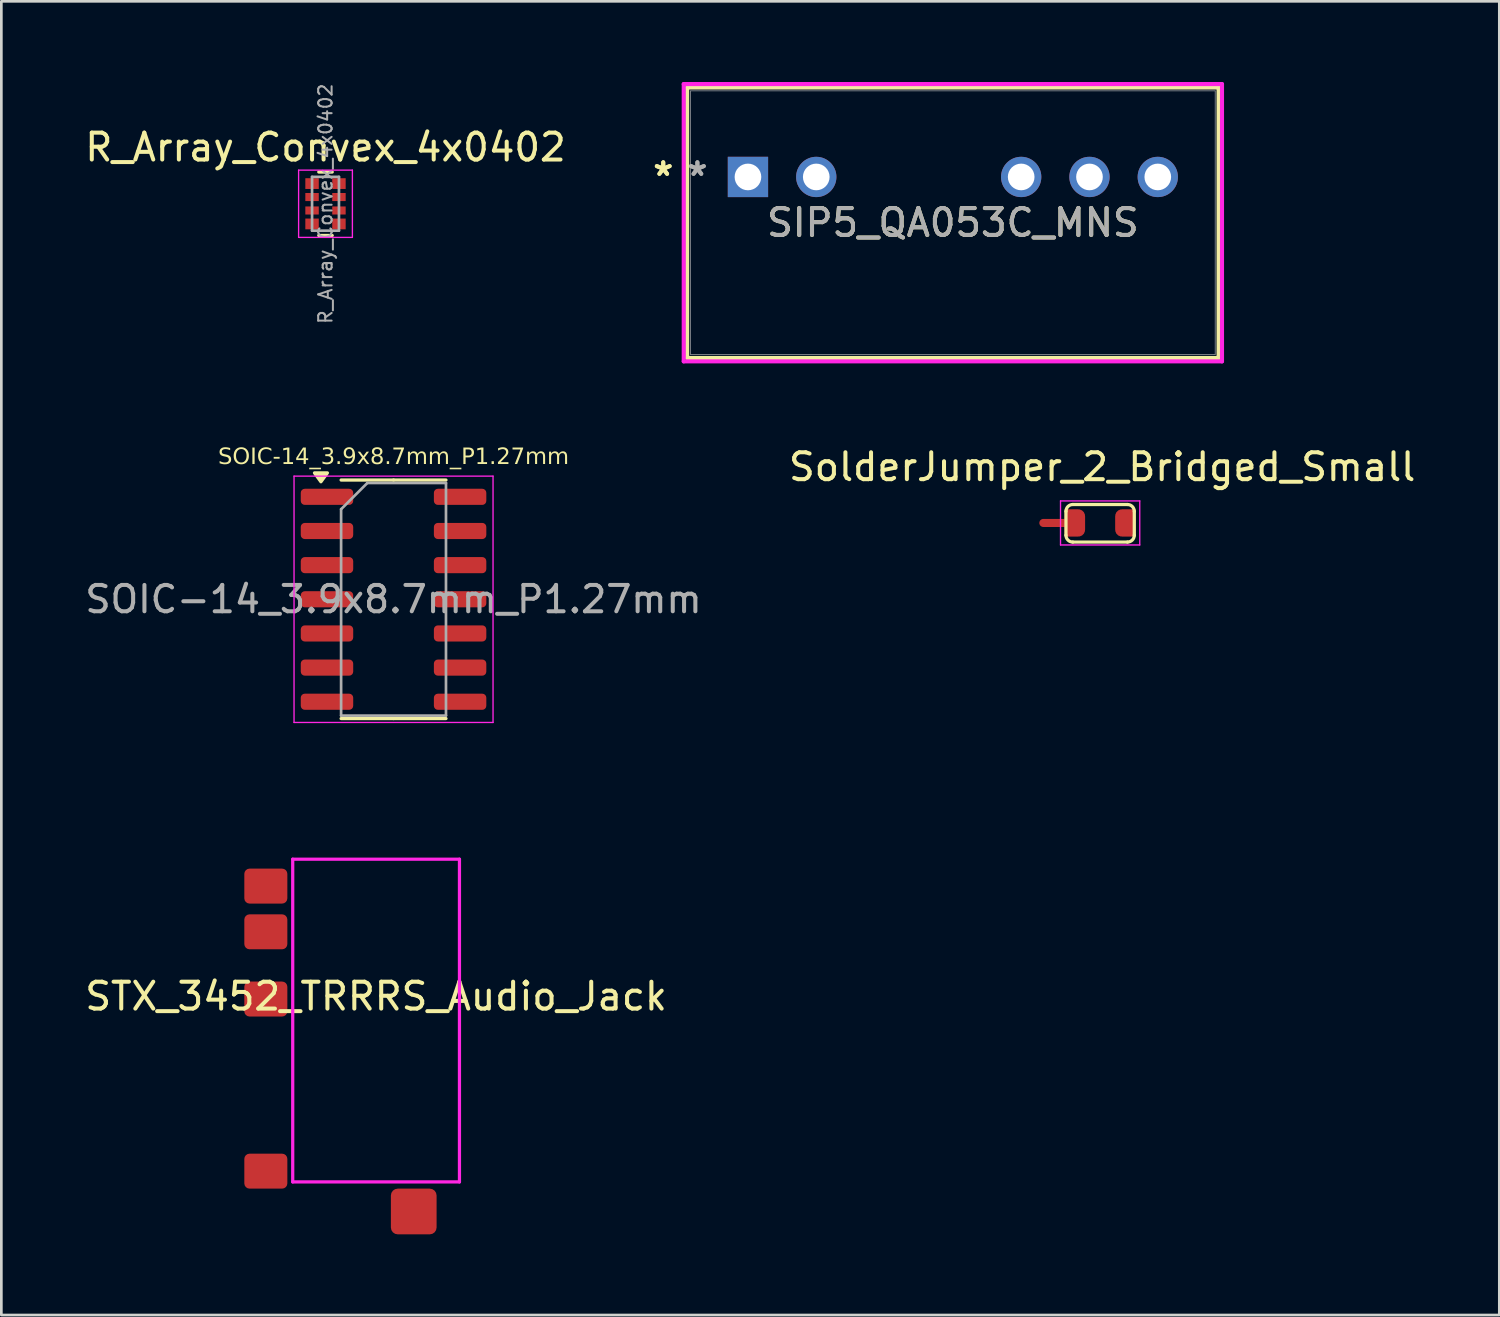
<source format=kicad_pcb>
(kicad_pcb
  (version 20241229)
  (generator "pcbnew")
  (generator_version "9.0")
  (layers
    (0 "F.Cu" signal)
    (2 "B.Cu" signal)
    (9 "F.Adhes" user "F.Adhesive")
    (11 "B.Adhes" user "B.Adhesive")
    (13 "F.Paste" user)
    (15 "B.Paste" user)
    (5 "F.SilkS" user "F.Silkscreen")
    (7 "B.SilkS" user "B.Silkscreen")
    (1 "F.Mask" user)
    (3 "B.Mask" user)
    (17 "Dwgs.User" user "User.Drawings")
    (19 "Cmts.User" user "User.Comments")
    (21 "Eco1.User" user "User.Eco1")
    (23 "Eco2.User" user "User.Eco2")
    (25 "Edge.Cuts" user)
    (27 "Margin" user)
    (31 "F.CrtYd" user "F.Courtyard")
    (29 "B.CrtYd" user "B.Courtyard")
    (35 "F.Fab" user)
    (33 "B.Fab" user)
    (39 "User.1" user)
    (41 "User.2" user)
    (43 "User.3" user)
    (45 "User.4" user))
  (footprint "STX_3452_TRRRS_Audio_Jack"
    (layer "F.Cu")
    (at 10.935 28.9)
    (property "Reference" "STX_3452_TRRRS_Audio_Jack" (at 0 5.1 0) (unlocked yes) (layer "F.SilkS") (effects (font (size 1 1) (thickness 0.15))))
    (attr smd)
    (fp_line (start -3.1 0) (end 3.1 0) (stroke (width 0.12) (type default)) (layer "F.CrtYd"))
    (fp_line (start -3.1 12) (end -3.1 0) (stroke (width 0.12) (type default)) (layer "F.CrtYd"))
    (fp_line (start 3.1 0) (end 3.1 12) (stroke (width 0.12) (type default)) (layer "F.CrtYd"))
    (fp_line (start 3.1 12) (end -3.1 12) (stroke (width 0.12) (type default)) (layer "F.CrtYd"))
    (fp_line (start -3.1 0) (end 3.1 0) (stroke (width 0.12) (type default)) (layer "User.6"))
    (fp_line (start -3.1 12) (end -3.1 0) (stroke (width 0.12) (type default)) (layer "User.6"))
    (fp_line (start -2.9 0) (end -2.9 -1.6) (stroke (width 0.12) (type default)) (layer "User.6"))
    (fp_line (start -2.5 -2) (end 2.5 -2) (stroke (width 0.12) (type default)) (layer "User.6"))
    (fp_line (start 2.9 -1.6) (end 2.9 0) (stroke (width 0.12) (type default)) (layer "User.6"))
    (fp_line (start 3.1 0) (end 3.1 12) (stroke (width 0.12) (type default)) (layer "User.6"))
    (fp_line (start 3.1 12) (end -3.1 12) (stroke (width 0.12) (type default)) (layer "User.6"))
    (fp_arc (start -2.9 -1.6) (mid -2.782843 -1.882843) (end -2.5 -2) (stroke (width 0.12) (type default)) (layer "User.6"))
    (fp_arc (start 2.5 -2) (mid 2.782843 -1.882843) (end 2.9 -1.6) (stroke (width 0.12) (type default)) (layer "User.6"))
    (fp_text user "This needs to be" (at -2.6 -1 0) (unlocked yes) (layer "User.6") (effects (font (size 0.4 0.4) (thickness 0.1) (bold yes)) (justify left bottom)))
    (fp_text user "over the edge" (at -2.2 -0.3 0) (unlocked yes) (layer "User.6") (effects (font (size 0.4 0.4) (thickness 0.1) (bold yes)) (justify left bottom)))
    (pad "1" smd roundrect (at -4.1 1) (size 1.6 1.3) (layers "F.Cu" "F.Mask" "F.Paste") (roundrect_rratio 0.15))
    (pad "2" smd roundrect (at -4.1 11.6) (size 1.6 1.3) (layers "F.Cu" "F.Mask" "F.Paste") (roundrect_rratio 0.15))
    (pad "3" smd roundrect (at 1.4 13.1) (size 1.7 1.7) (layers "F.Cu" "F.Mask" "F.Paste") (roundrect_rratio 0.15))
    (pad "4" smd roundrect (at -4.1 5.2) (size 1.6 1.3) (layers "F.Cu" "F.Mask" "F.Paste") (roundrect_rratio 0.15))
    (pad "5" smd roundrect (at -4.1 2.7) (size 1.6 1.3) (layers "F.Cu" "F.Mask" "F.Paste") (roundrect_rratio 0.15)))
  (footprint "SOIC-14_3.9x8.7mm_P1.27mm"
    (layer "F.Cu")
    (at 11.584 19.235)
    (property "Reference" "SOIC-14_3.9x8.7mm_P1.27mm" (at 0 -5.28 180) (layer "F.SilkS") (effects (font (face "Eurostile Next LT Com Light Ext") (size 0.6 0.6) (thickness 0.15))))
    (attr smd)
    (fp_line (start 0 -4.435) (end -1.95 -4.435) (stroke (width 0.12) (type solid)) (layer "F.SilkS"))
    (fp_line (start 0 -4.435) (end 1.95 -4.435) (stroke (width 0.12) (type solid)) (layer "F.SilkS"))
    (fp_line (start 0 4.435) (end -1.95 4.435) (stroke (width 0.12) (type solid)) (layer "F.SilkS"))
    (fp_line (start 0 4.435) (end 1.95 4.435) (stroke (width 0.12) (type solid)) (layer "F.SilkS"))
    (fp_poly (pts (xy -2.7 -4.37) (xy -2.94 -4.7) (xy -2.46 -4.7) (xy -2.7 -4.37)) (stroke (width 0.12) (type solid)) (fill yes) (layer "F.SilkS"))
    (fp_line (start -3.7 -4.58) (end -3.7 4.58) (stroke (width 0.05) (type solid)) (layer "F.CrtYd"))
    (fp_line (start -3.7 4.58) (end 3.7 4.58) (stroke (width 0.05) (type solid)) (layer "F.CrtYd"))
    (fp_line (start 3.7 -4.58) (end -3.7 -4.58) (stroke (width 0.05) (type solid)) (layer "F.CrtYd"))
    (fp_line (start 3.7 4.58) (end 3.7 -4.58) (stroke (width 0.05) (type solid)) (layer "F.CrtYd"))
    (fp_line (start -1.95 -3.35) (end -0.975 -4.325) (stroke (width 0.1) (type solid)) (layer "F.Fab"))
    (fp_line (start -1.95 4.325) (end -1.95 -3.35) (stroke (width 0.1) (type solid)) (layer "F.Fab"))
    (fp_line (start -0.975 -4.325) (end 1.95 -4.325) (stroke (width 0.1) (type solid)) (layer "F.Fab"))
    (fp_line (start 1.95 -4.325) (end 1.95 4.325) (stroke (width 0.1) (type solid)) (layer "F.Fab"))
    (fp_line (start 1.95 4.325) (end -1.95 4.325) (stroke (width 0.1) (type solid)) (layer "F.Fab"))
    (fp_text user "${REFERENCE}" (at 0 0 180) (layer "F.Fab") (effects (font (size 0.98 0.98) (thickness 0.15))))
    (pad "1" smd roundrect (at -2.475 -3.81 180) (size 1.95 0.6) (layers "F.Cu" "F.Mask" "F.Paste") (roundrect_rratio 0.25))
    (pad "2" smd roundrect (at -2.475 -2.54 180) (size 1.95 0.6) (layers "F.Cu" "F.Mask" "F.Paste") (roundrect_rratio 0.25))
    (pad "3" smd roundrect (at -2.475 -1.27 180) (size 1.95 0.6) (layers "F.Cu" "F.Mask" "F.Paste") (roundrect_rratio 0.25))
    (pad "4" smd roundrect (at -2.475 0 180) (size 1.95 0.6) (layers "F.Cu" "F.Mask" "F.Paste") (roundrect_rratio 0.25))
    (pad "5" smd roundrect (at -2.475 1.27 180) (size 1.95 0.6) (layers "F.Cu" "F.Mask" "F.Paste") (roundrect_rratio 0.25))
    (pad "6" smd roundrect (at -2.475 2.54 180) (size 1.95 0.6) (layers "F.Cu" "F.Mask" "F.Paste") (roundrect_rratio 0.25))
    (pad "7" smd roundrect (at -2.475 3.81 180) (size 1.95 0.6) (layers "F.Cu" "F.Mask" "F.Paste") (roundrect_rratio 0.25))
    (pad "8" smd roundrect (at 2.475 3.81 180) (size 1.95 0.6) (layers "F.Cu" "F.Mask" "F.Paste") (roundrect_rratio 0.25))
    (pad "9" smd roundrect (at 2.475 2.54 180) (size 1.95 0.6) (layers "F.Cu" "F.Mask" "F.Paste") (roundrect_rratio 0.25))
    (pad "10" smd roundrect (at 2.475 1.27 180) (size 1.95 0.6) (layers "F.Cu" "F.Mask" "F.Paste") (roundrect_rratio 0.25))
    (pad "11" smd roundrect (at 2.475 0 180) (size 1.95 0.6) (layers "F.Cu" "F.Mask" "F.Paste") (roundrect_rratio 0.25))
    (pad "12" smd roundrect (at 2.475 -1.27 180) (size 1.95 0.6) (layers "F.Cu" "F.Mask" "F.Paste") (roundrect_rratio 0.25))
    (pad "13" smd roundrect (at 2.475 -2.54 180) (size 1.95 0.6) (layers "F.Cu" "F.Mask" "F.Paste") (roundrect_rratio 0.25))
    (pad "14" smd roundrect (at 2.475 -3.81 180) (size 1.95 0.6) (layers "F.Cu" "F.Mask" "F.Paste") (roundrect_rratio 0.25)))
  (footprint "R_Array_Convex_4x0402"
    (layer "F.Cu")
    (at 9.054 4.527)
    (property "Reference" "R_Array_Convex_4x0402" (at -0.000002 -2.1 180) (layer "F.SilkS") (effects (font (size 1 1) (thickness 0.15))))
    (attr smd)
    (fp_line (start 0.25 -1.18) (end -0.25 -1.18) (stroke (width 0.12) (type solid)) (layer "F.SilkS"))
    (fp_line (start 0.25 1.18) (end -0.25 1.18) (stroke (width 0.12) (type solid)) (layer "F.SilkS"))
    (fp_line (start -1 -1.25) (end -1 1.25) (stroke (width 0.05) (type solid)) (layer "F.CrtYd"))
    (fp_line (start -1 -1.25) (end 1 -1.25) (stroke (width 0.05) (type solid)) (layer "F.CrtYd"))
    (fp_line (start 1 1.25) (end -1 1.25) (stroke (width 0.05) (type solid)) (layer "F.CrtYd"))
    (fp_line (start 1 1.25) (end 1 -1.25) (stroke (width 0.05) (type solid)) (layer "F.CrtYd"))
    (fp_line (start -0.5 -1) (end 0.5 -1) (stroke (width 0.1) (type solid)) (layer "F.Fab"))
    (fp_line (start -0.5 1) (end -0.5 -1) (stroke (width 0.1) (type solid)) (layer "F.Fab"))
    (fp_line (start 0.5 -1) (end 0.5 1) (stroke (width 0.1) (type solid)) (layer "F.Fab"))
    (fp_line (start 0.5 1) (end -0.5 1) (stroke (width 0.1) (type solid)) (layer "F.Fab"))
    (fp_text user "${REFERENCE}" (at 0 0 270) (layer "F.Fab") (effects (font (size 0.5 0.5) (thickness 0.075))))
    (pad "1" smd rect (at -0.5 -0.75 180) (size 0.5 0.4) (layers "F.Cu" "F.Mask" "F.Paste"))
    (pad "2" smd rect (at -0.5 -0.25 180) (size 0.5 0.3) (layers "F.Cu" "F.Mask" "F.Paste"))
    (pad "3" smd rect (at -0.5 0.25 180) (size 0.5 0.3) (layers "F.Cu" "F.Mask" "F.Paste"))
    (pad "4" smd rect (at -0.5 0.75 180) (size 0.5 0.4) (layers "F.Cu" "F.Mask" "F.Paste"))
    (pad "5" smd rect (at 0.5 0.75 180) (size 0.5 0.4) (layers "F.Cu" "F.Mask" "F.Paste"))
    (pad "6" smd rect (at 0.5 0.25 180) (size 0.5 0.3) (layers "F.Cu" "F.Mask" "F.Paste"))
    (pad "7" smd rect (at 0.5 -0.25 180) (size 0.5 0.3) (layers "F.Cu" "F.Mask" "F.Paste"))
    (pad "8" smd rect (at 0.5 -0.75 180) (size 0.5 0.4) (layers "F.Cu" "F.Mask" "F.Paste")))
  (footprint "SolderJumper_2_Bridged_Small"
    (layer "F.Cu")
    (at 37.859 16.396)
    (property "Reference" "SolderJumper_2_Bridged_Small" (at 0.076 -2.083 0) (unlocked yes) (layer "F.SilkS") (effects (font (size 1 1) (thickness 0.15))))
    (attr smd)
    (fp_rect (start -0.33 -0.47) (end 0.33 0.47) (stroke (width 0.013) (type solid)) (fill yes) (layer "F.Mask"))
    (fp_line (start -1.27 0.457) (end -1.27 -0.432) (stroke (width 0.12) (type default)) (layer "F.SilkS"))
    (fp_line (start -1.016 -0.686) (end 1.016 -0.686) (stroke (width 0.12) (type default)) (layer "F.SilkS"))
    (fp_line (start 1.016 0.711) (end -1.016 0.711) (stroke (width 0.12) (type default)) (layer "F.SilkS"))
    (fp_line (start 1.27 -0.432) (end 1.27 0.457) (stroke (width 0.12) (type default)) (layer "F.SilkS"))
    (fp_arc (start -1.27 -0.4318) (mid -1.195605 -0.611405) (end -1.016 -0.6858) (stroke (width 0.12) (type default)) (layer "F.SilkS"))
    (fp_arc (start -1.016 0.7112) (mid -1.195605 0.636805) (end -1.27 0.4572) (stroke (width 0.12) (type default)) (layer "F.SilkS"))
    (fp_arc (start 1.016 -0.6858) (mid 1.195605 -0.611405) (end 1.27 -0.4318) (stroke (width 0.12) (type default)) (layer "F.SilkS"))
    (fp_arc (start 1.27 0.4572) (mid 1.195605 0.636805) (end 1.016 0.7112) (stroke (width 0.12) (type default)) (layer "F.SilkS"))
    (fp_line (start -1.473 -0.819) (end -1.473 0.819) (stroke (width 0.05) (type solid)) (layer "F.CrtYd"))
    (fp_line (start -1.473 -0.819) (end 1.473 -0.819) (stroke (width 0.05) (type solid)) (layer "F.CrtYd"))
    (fp_line (start 1.473 0.819) (end -1.473 0.819) (stroke (width 0.05) (type solid)) (layer "F.CrtYd"))
    (fp_line (start 1.473 0.819) (end 1.473 -0.819) (stroke (width 0.05) (type solid)) (layer "F.CrtYd"))
    (pad "1" smd custom (at -0.813 0 180) (size 0.508 0.508) (layers "F.Cu" "F.Mask") (options (anchor rect)) (primitives (gr_circle (center 0 0.254) (end 0.254 0.254) (width 0) (fill yes)) (gr_circle (center 0 -0.254) (end 0.254 -0.254) (width 0) (fill yes)) (gr_poly (pts (xy 0.508 0.508) (xy 0 0.508) (xy 0 -0.508) (xy 0.508 -0.508)) (width 0) (fill yes)) (gr_line (start 0 0) (end 1.3 0) (width 0.3))))
    (pad "2" smd custom (at 0.813 0) (size 0.508 0.508) (layers "F.Cu" "F.Mask") (options (anchor rect)) (primitives (gr_circle (center 0 0.254) (end 0.254 0.254) (width 0) (fill yes)) (gr_circle (center 0 -0.254) (end 0.254 -0.254) (width 0) (fill yes)) (gr_poly (pts (xy 0.508 0.508) (xy 0 0.508) (xy 0 -0.508) (xy 0.508 -0.508)) (width 0) (fill yes)))))
  (footprint "SIP5_QA053C_MNS"
    (layer "F.Cu")
    (at 24.763 3.53)
    (property "Reference" "SIP5_QA053C_MNS" (at 7.62 1.702 0) (unlocked yes) (layer "F.SilkS") (effects (font (size 1 1) (thickness 0.15))))
    (attr through_hole)
    (fp_line (start -2.261 -3.327) (end -2.261 6.731) (stroke (width 0.152) (type solid)) (layer "F.SilkS"))
    (fp_line (start -2.261 6.731) (end 17.501 6.731) (stroke (width 0.152) (type solid)) (layer "F.SilkS"))
    (fp_line (start 17.501 -3.327) (end -2.261 -3.327) (stroke (width 0.152) (type solid)) (layer "F.SilkS"))
    (fp_line (start 17.501 6.731) (end 17.501 -3.327) (stroke (width 0.152) (type solid)) (layer "F.SilkS"))
    (fp_line (start -2.388 -3.454) (end 17.628 -3.454) (stroke (width 0.152) (type solid)) (layer "F.CrtYd"))
    (fp_line (start -2.388 6.858) (end -2.388 -3.454) (stroke (width 0.152) (type solid)) (layer "F.CrtYd"))
    (fp_line (start 17.628 -3.454) (end 17.628 6.858) (stroke (width 0.152) (type solid)) (layer "F.CrtYd"))
    (fp_line (start 17.628 6.858) (end -2.388 6.858) (stroke (width 0.152) (type solid)) (layer "F.CrtYd"))
    (fp_line (start -2.134 -3.2) (end -2.134 6.604) (stroke (width 0.025) (type solid)) (layer "F.Fab"))
    (fp_line (start -2.134 6.604) (end 17.374 6.604) (stroke (width 0.025) (type solid)) (layer "F.Fab"))
    (fp_line (start 17.374 -3.2) (end -2.134 -3.2) (stroke (width 0.025) (type solid)) (layer "F.Fab"))
    (fp_line (start 17.374 6.604) (end 17.374 -3.2) (stroke (width 0.025) (type solid)) (layer "F.Fab"))
    (fp_text user "*" (at -3.15 0 0) (unlocked yes) (layer "F.SilkS") (effects (font (size 1 1) (thickness 0.15))))
    (fp_text user "*" (at -3.15 0 0) (layer "F.SilkS") (effects (font (size 1 1) (thickness 0.15))))
    (fp_text user "*" (at -1.88 0 0) (layer "F.Fab") (effects (font (size 1 1) (thickness 0.15))))
    (fp_text user "${REFERENCE}" (at 7.62 1.702 0) (unlocked yes) (layer "F.Fab") (effects (font (size 1 1) (thickness 0.15))))
    (fp_text user "*" (at -1.88 0 0) (unlocked yes) (layer "F.Fab") (effects (font (size 1 1) (thickness 0.15))))
    (pad "1" thru_hole rect (at 0 0) (size 1.499 1.499) (drill 0.991) (layers "*.Cu" "*.Mask"))
    (pad "2" thru_hole circle (at 2.54 0) (size 1.499 1.499) (drill 0.991) (layers "*.Cu" "*.Mask"))
    (pad "5" thru_hole circle (at 10.16 0) (size 1.499 1.499) (drill 0.991) (layers "*.Cu" "*.Mask"))
    (pad "6" thru_hole circle (at 12.7 0) (size 1.499 1.499) (drill 0.991) (layers "*.Cu" "*.Mask"))
    (pad "7" thru_hole circle (at 15.24 0) (size 1.499 1.499) (drill 0.991) (layers "*.Cu" "*.Mask")))
  (gr_rect
    (start -3 -3)
    (end 52.703 45.85)
    (stroke (width 0.1) (type default))
    (fill no)
    (layer "Edge.Cuts")))
</source>
